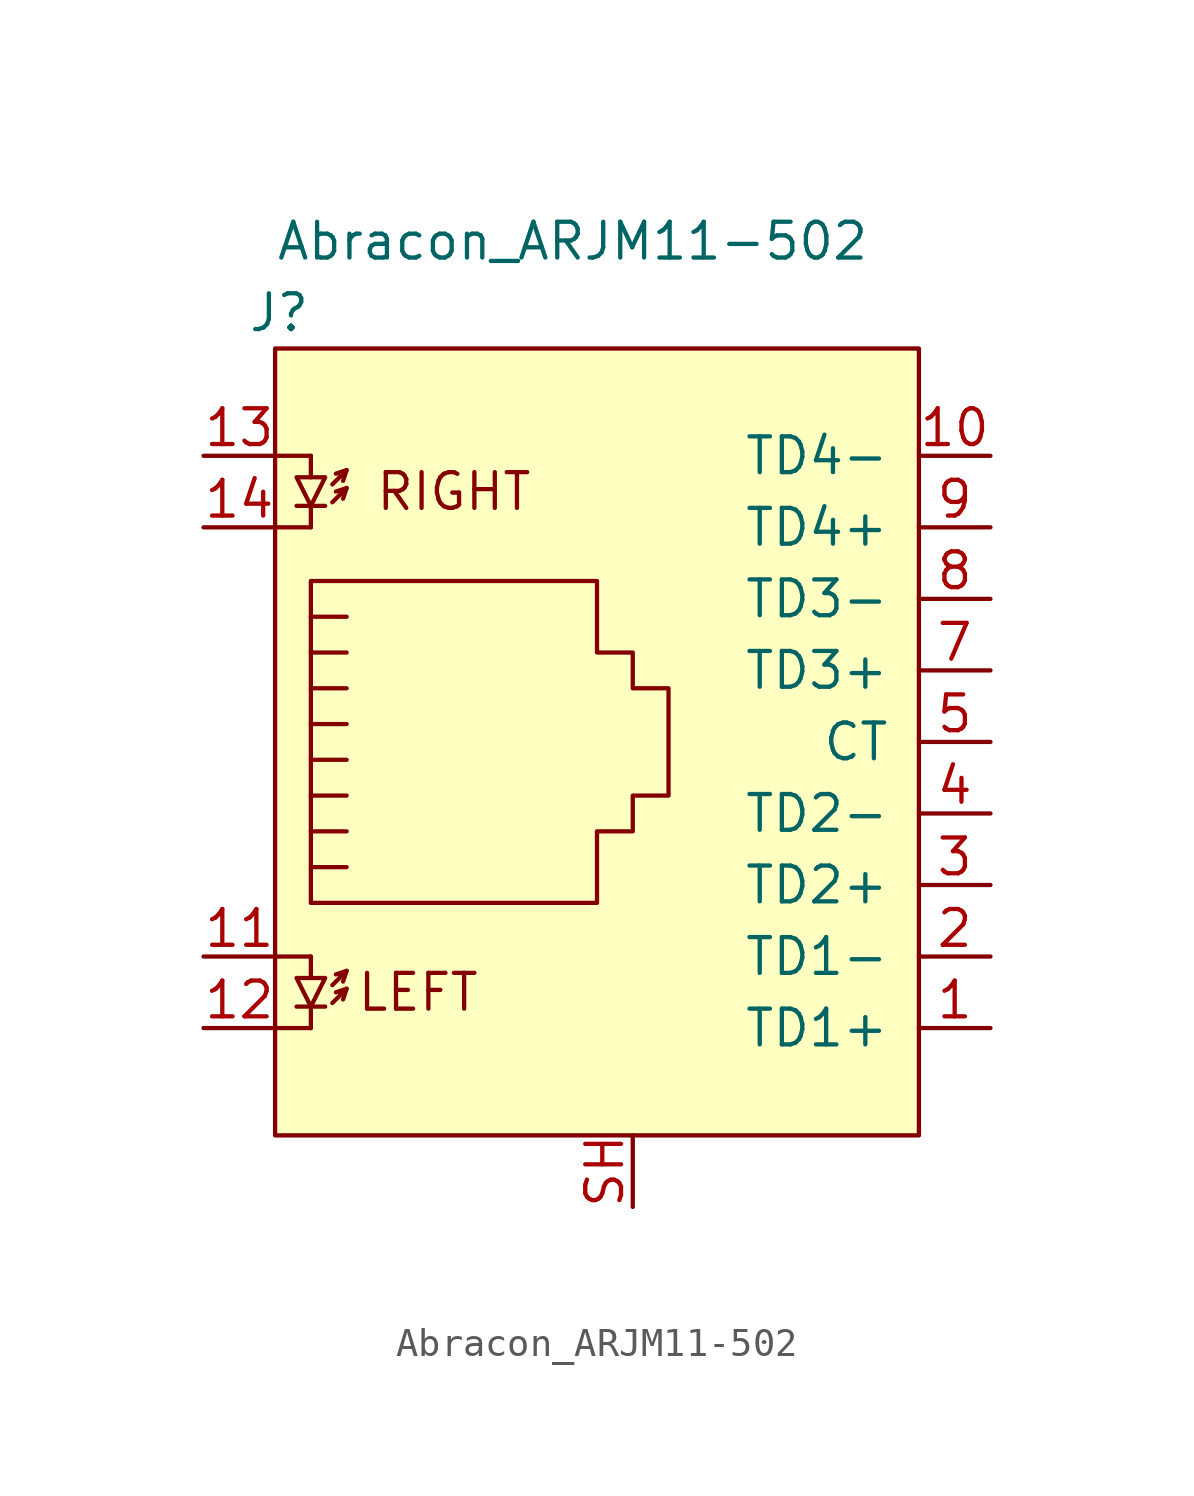
<source format=kicad_sym>
(kicad_symbol_lib
  (version 20220914)
  (generator kicad_symbol_editor)
  (symbol "Abracon_ARJM11-502"
    (pin_names
      (offset 1.016))
    (property "Reference" "J"
      (at -11.43 15.24 0)
      (effects (font (size 1.27 1.27)) (justify right)))
    (property "Value" "Abracon_ARJM11-502"
      (at -12.7 17.78 0)
      (effects (font (size 1.27 1.27)) (justify left)))
    (symbol "Abracon_ARJM11-502_0_0"
      (text "LEFT" (at -7.62 -8.89 0) (effects (font (size 1.27 1.27))))
      (text "RIGHT" (at -6.35 8.89 0) (effects (font (size 1.27 1.27)))))
    (symbol "Abracon_ARJM11-502_0_1"
      (rectangle (start -12.7 13.97) (end 10.16 -13.97) (stroke (width 0) (type default)) (fill (type background)))
      (polyline (pts (xy -12.7 -10.16) (xy -11.43 -10.16)) (stroke (width 0) (type default)) (fill (type none)))
      (polyline (pts (xy -12.7 7.62) (xy -11.43 7.62)) (stroke (width 0) (type default)) (fill (type none)))
      (polyline (pts (xy -11.43 -10.16) (xy -11.43 -9.398)) (stroke (width 0) (type default)) (fill (type none)))
      (polyline (pts (xy -11.43 -7.62) (xy -12.7 -7.62)) (stroke (width 0) (type default)) (fill (type none)))
      (polyline (pts (xy -11.43 -7.62) (xy -11.43 -8.382)) (stroke (width 0) (type default)) (fill (type none)))
      (polyline (pts (xy -11.43 7.62) (xy -11.43 8.382)) (stroke (width 0) (type default)) (fill (type none)))
      (polyline (pts (xy -11.43 10.16) (xy -12.7 10.16)) (stroke (width 0) (type default)) (fill (type none)))
      (polyline (pts (xy -11.43 10.16) (xy -11.43 9.398)) (stroke (width 0) (type default)) (fill (type none)))
      (polyline (pts (xy -10.922 -9.398) (xy -11.938 -9.398)) (stroke (width 0) (type default)) (fill (type none)))
      (polyline (pts (xy -10.922 8.382) (xy -11.938 8.382)) (stroke (width 0) (type default)) (fill (type none)))
      (polyline (pts (xy -10.16 -8.763) (xy -10.287 -9.144)) (stroke (width 0) (type default)) (fill (type none)))
      (polyline (pts (xy -10.16 -8.128) (xy -10.287 -8.509)) (stroke (width 0) (type default)) (fill (type none)))
      (polyline (pts (xy -10.16 3.175) (xy -11.43 3.175)) (stroke (width 0) (type default)) (fill (type none)))
      (polyline (pts (xy -10.16 4.445) (xy -11.43 4.445)) (stroke (width 0) (type default)) (fill (type none)))
      (polyline (pts (xy -10.16 9.017) (xy -10.287 8.636)) (stroke (width 0) (type default)) (fill (type none)))
      (polyline (pts (xy -10.16 9.652) (xy -10.287 9.271)) (stroke (width 0) (type default)) (fill (type none)))
      (polyline (pts (xy -11.43 -4.445) (xy -10.16 -4.445) (xy -10.16 -4.445)) (stroke (width 0) (type default)) (fill (type none)))
      (polyline (pts (xy -11.43 -3.175) (xy -10.16 -3.175) (xy -10.16 -3.175)) (stroke (width 0) (type default)) (fill (type none)))
      (polyline (pts (xy -11.43 -1.905) (xy -10.16 -1.905) (xy -10.16 -1.905)) (stroke (width 0) (type default)) (fill (type none)))
      (polyline (pts (xy -11.43 -0.635) (xy -10.16 -0.635) (xy -10.16 -0.635)) (stroke (width 0) (type default)) (fill (type none)))
      (polyline (pts (xy -11.43 0.635) (xy -10.16 0.635) (xy -10.16 0.635)) (stroke (width 0) (type default)) (fill (type none)))
      (polyline (pts (xy -10.668 -9.271) (xy -10.16 -8.763) (xy -10.541 -8.89)) (stroke (width 0) (type default)) (fill (type none)))
      (polyline (pts (xy -10.668 -8.636) (xy -10.16 -8.128) (xy -10.541 -8.255)) (stroke (width 0) (type default)) (fill (type none)))
      (polyline (pts (xy -10.668 8.509) (xy -10.16 9.017) (xy -10.541 8.89)) (stroke (width 0) (type default)) (fill (type none)))
      (polyline (pts (xy -10.668 9.144) (xy -10.16 9.652) (xy -10.541 9.525)) (stroke (width 0) (type default)) (fill (type none)))
      (polyline (pts (xy -10.16 1.905) (xy -11.43 1.905) (xy -11.43 1.905)) (stroke (width 0) (type default)) (fill (type none)))
      (polyline (pts (xy -11.43 -9.398) (xy -10.922 -8.382) (xy -11.938 -8.382) (xy -11.43 -9.398)) (stroke (width 0) (type default)) (fill (type none)))
      (polyline (pts (xy -11.43 8.382) (xy -10.922 9.398) (xy -11.938 9.398) (xy -11.43 8.382)) (stroke (width 0) (type default)) (fill (type none)))
      (polyline (pts (xy -11.43 -5.715) (xy -11.43 5.715) (xy -1.27 5.715) (xy -1.27 3.175) (xy 0 3.175) (xy 0 1.905) (xy 1.27 1.905) (xy 1.27 -1.905) (xy 0 -1.905) (xy 0 -3.175) (xy -1.27 -3.175) (xy -1.27 -5.715) (xy -11.43 -5.715) (xy -11.43 -5.715)) (stroke (width 0) (type default)) (fill (type none))))
    (symbol "Abracon_ARJM11-502_1_1"
      (pin passive line (at 12.7 -10.16 180) (length 2.54) (name "TD1+" (effects (font (size 1.27 1.27)))) (number "1" (effects (font (size 1.27 1.27)))))
      (pin passive line (at 12.7 10.16 180) (length 2.54) (name "TD4-" (effects (font (size 1.27 1.27)))) (number "10" (effects (font (size 1.27 1.27)))))
      (pin passive line (at -15.24 -7.62 0) (length 2.54) (name "~" (effects (font (size 1.27 1.27)))) (number "11" (effects (font (size 1.27 1.27)))))
      (pin passive line (at -15.24 -10.16 0) (length 2.54) (name "~" (effects (font (size 1.27 1.27)))) (number "12" (effects (font (size 1.27 1.27)))))
      (pin passive line (at -15.24 10.16 0) (length 2.54) (name "~" (effects (font (size 1.27 1.27)))) (number "13" (effects (font (size 1.27 1.27)))))
      (pin passive line (at -15.24 7.62 0) (length 2.54) (name "~" (effects (font (size 1.27 1.27)))) (number "14" (effects (font (size 1.27 1.27)))))
      (pin passive line (at 12.7 -7.62 180) (length 2.54) (name "TD1-" (effects (font (size 1.27 1.27)))) (number "2" (effects (font (size 1.27 1.27)))))
      (pin passive line (at 12.7 -5.08 180) (length 2.54) (name "TD2+" (effects (font (size 1.27 1.27)))) (number "3" (effects (font (size 1.27 1.27)))))
      (pin passive line (at 12.7 -2.54 180) (length 2.54) (name "TD2-" (effects (font (size 1.27 1.27)))) (number "4" (effects (font (size 1.27 1.27)))))
      (pin passive line (at 12.7 0 180) (length 2.54) (name "CT" (effects (font (size 1.27 1.27)))) (number "5" (effects (font (size 1.27 1.27)))))
      (pin passive line (at 12.7 0 180) (length 2.54) hide (name "CT" (effects (font (size 1.27 1.27)))) (number "6" (effects (font (size 1.27 1.27)))))
      (pin passive line (at 12.7 2.54 180) (length 2.54) (name "TD3+" (effects (font (size 1.27 1.27)))) (number "7" (effects (font (size 1.27 1.27)))))
      (pin passive line (at 12.7 5.08 180) (length 2.54) (name "TD3-" (effects (font (size 1.27 1.27)))) (number "8" (effects (font (size 1.27 1.27)))))
      (pin passive line (at 12.7 7.62 180) (length 2.54) (name "TD4+" (effects (font (size 1.27 1.27)))) (number "9" (effects (font (size 1.27 1.27)))))
      (pin passive line (at 0 -16.51 90) (length 2.54) (name "~" (effects (font (size 1.27 1.27)))) (number "SH" (effects (font (size 1.27 1.27))))))))
</source>
